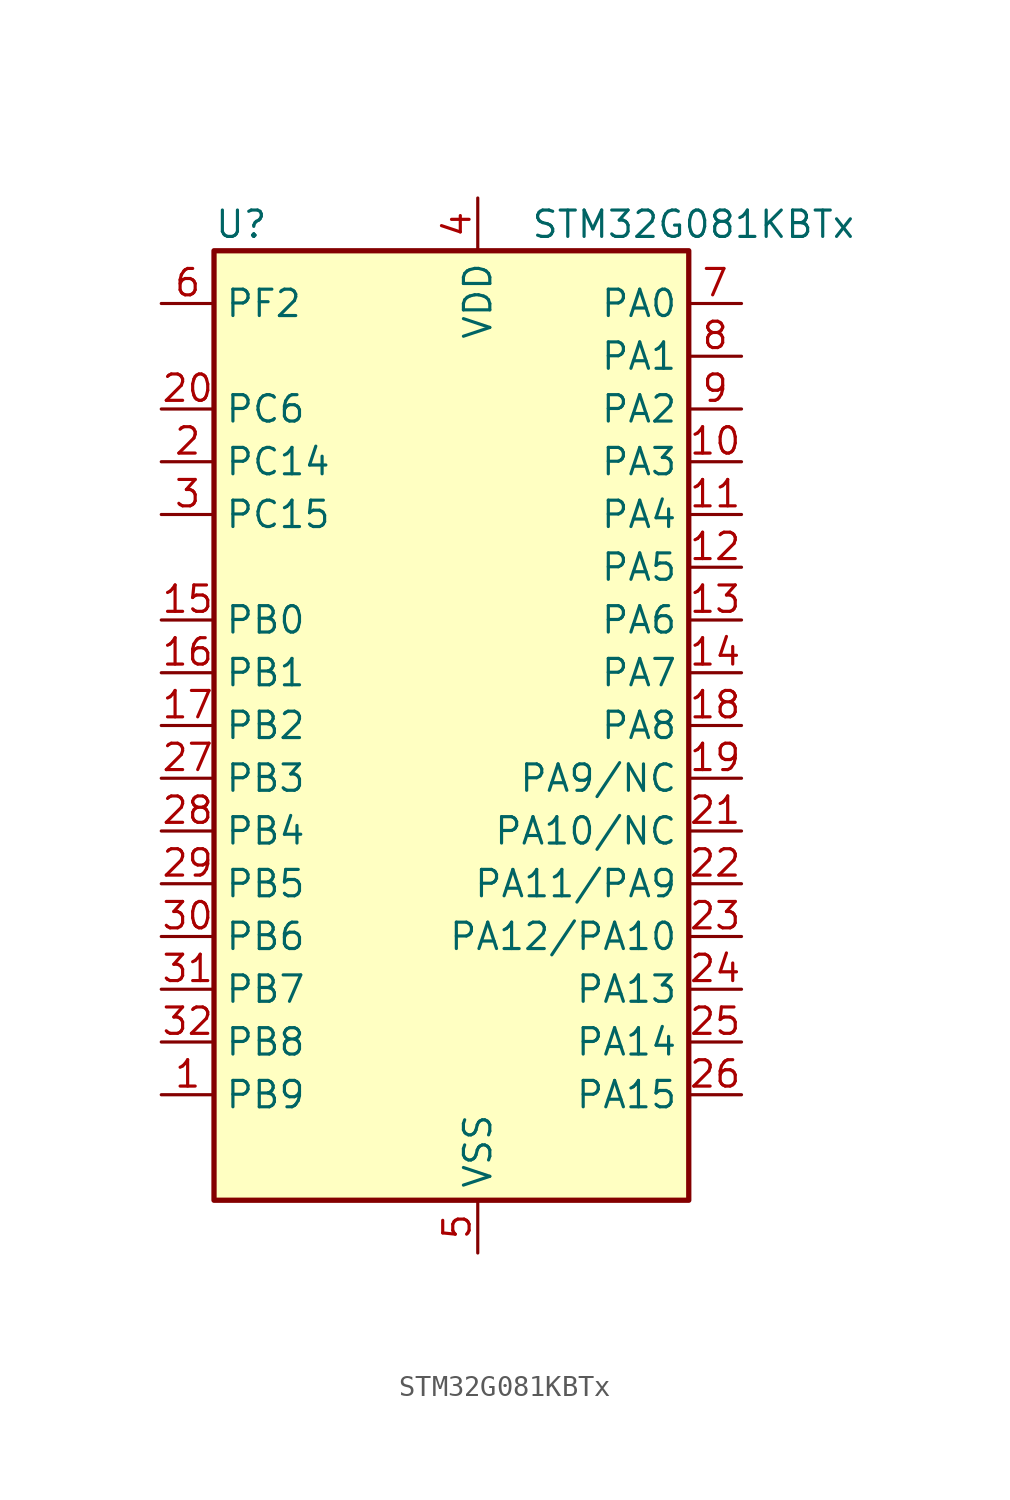
<source format=kicad_sym>
(kicad_symbol_lib
  (version 20211014)
  (generator kicad-library-utils)
  (symbol "STM32G081KBTx"
    (property "Reference" "U"
      (at -10.16 24.13 0)
      (effects (font (size 1.27 1.27)) (justify left)))
    (property "Value" "STM32G081KBTx"
      (at 5.08 24.13 0)
      (effects (font (size 1.27 1.27)) (justify left)))
    (property "ki_fp_filters" "LQFP*7x7mm*P0.8mm*"
      (at 0.0 0.0 0.0)
      (effects (font (size 1.27 1.27))))
    (symbol "STM32G081KBTx_0_1"
      (rectangle (start -10.16 -22.86) (end 12.7 22.86) (stroke (width 0.254)) (fill (type background))))
    (symbol "STM32G081KBTx_1_1"
      (pin bidirectional line (at -12.7 20.32 0) (length 2.54) (name "PF2" (effects (font (size 1.27 1.27)))) (number "6" (effects (font (size 1.27 1.27)))) (alternate "RCC_MCO" bidirectional line))
      (pin bidirectional line (at -12.7 15.24 0) (length 2.54) (name "PC6" (effects (font (size 1.27 1.27)))) (number "20" (effects (font (size 1.27 1.27)))) (alternate "TIM2_CH3" bidirectional line) (alternate "TIM3_CH1" bidirectional line) (alternate "UCPD1_FRSTX1" bidirectional line) (alternate "UCPD1_FRSTX2" bidirectional line))
      (pin bidirectional line (at -12.7 12.7 0) (length 2.54) (name "PC14" (effects (font (size 1.27 1.27)))) (number "2" (effects (font (size 1.27 1.27)))) (alternate "RCC_OSC32_IN" bidirectional line) (alternate "RCC_OSC_IN" bidirectional line) (alternate "TIM1_BK2" bidirectional line))
      (pin bidirectional line (at -12.7 10.16 0) (length 2.54) (name "PC15" (effects (font (size 1.27 1.27)))) (number "3" (effects (font (size 1.27 1.27)))) (alternate "RCC_OSC32_EN" bidirectional line) (alternate "RCC_OSC32_OUT" bidirectional line) (alternate "RCC_OSC_EN" bidirectional line) (alternate "TIM15_BK" bidirectional line))
      (pin bidirectional line (at -12.7 5.08 0) (length 2.54) (name "PB0" (effects (font (size 1.27 1.27)))) (number "15" (effects (font (size 1.27 1.27)))) (alternate "ADC1_IN8" bidirectional line) (alternate "COMP1_OUT" bidirectional line) (alternate "I2S1_WS" bidirectional line) (alternate "LPTIM1_OUT" bidirectional line) (alternate "SPI1_NSS" bidirectional line) (alternate "TIM1_CH2N" bidirectional line) (alternate "TIM3_CH3" bidirectional line) (alternate "UCPD1_FRSTX1" bidirectional line) (alternate "UCPD1_FRSTX2" bidirectional line) (alternate "USART3_RX" bidirectional line))
      (pin bidirectional line (at -12.7 2.54 0) (length 2.54) (name "PB1" (effects (font (size 1.27 1.27)))) (number "16" (effects (font (size 1.27 1.27)))) (alternate "ADC1_IN9" bidirectional line) (alternate "COMP1_INM" bidirectional line) (alternate "LPTIM2_IN1" bidirectional line) (alternate "LPUART1_DE" bidirectional line) (alternate "LPUART1_RTS" bidirectional line) (alternate "TIM14_CH1" bidirectional line) (alternate "TIM1_CH3N" bidirectional line) (alternate "TIM3_CH4" bidirectional line) (alternate "USART3_CK" bidirectional line) (alternate "USART3_DE" bidirectional line) (alternate "USART3_RTS" bidirectional line))
      (pin bidirectional line (at -12.7 0.0 0) (length 2.54) (name "PB2" (effects (font (size 1.27 1.27)))) (number "17" (effects (font (size 1.27 1.27)))) (alternate "ADC1_IN10" bidirectional line) (alternate "COMP1_INP" bidirectional line) (alternate "LPTIM1_OUT" bidirectional line) (alternate "SPI2_MISO" bidirectional line) (alternate "USART3_TX" bidirectional line))
      (pin bidirectional line (at -12.7 -2.54 0) (length 2.54) (name "PB3" (effects (font (size 1.27 1.27)))) (number "27" (effects (font (size 1.27 1.27)))) (alternate "COMP2_INM" bidirectional line) (alternate "I2S1_CK" bidirectional line) (alternate "SPI1_SCK" bidirectional line) (alternate "TIM1_CH2" bidirectional line) (alternate "TIM2_CH2" bidirectional line) (alternate "USART1_CK" bidirectional line) (alternate "USART1_DE" bidirectional line) (alternate "USART1_RTS" bidirectional line))
      (pin bidirectional line (at -12.7 -5.08 0) (length 2.54) (name "PB4" (effects (font (size 1.27 1.27)))) (number "28" (effects (font (size 1.27 1.27)))) (alternate "COMP2_INP" bidirectional line) (alternate "I2S1_MCK" bidirectional line) (alternate "SPI1_MISO" bidirectional line) (alternate "TIM17_BK" bidirectional line) (alternate "TIM3_CH1" bidirectional line) (alternate "USART1_CTS" bidirectional line) (alternate "USART1_NSS" bidirectional line))
      (pin bidirectional line (at -12.7 -7.62 0) (length 2.54) (name "PB5" (effects (font (size 1.27 1.27)))) (number "29" (effects (font (size 1.27 1.27)))) (alternate "COMP2_OUT" bidirectional line) (alternate "I2C1_SMBA" bidirectional line) (alternate "I2S1_SD" bidirectional line) (alternate "LPTIM1_IN1" bidirectional line) (alternate "SPI1_MOSI" bidirectional line) (alternate "SYS_WKUP6" bidirectional line) (alternate "TIM16_BK" bidirectional line) (alternate "TIM3_CH2" bidirectional line))
      (pin bidirectional line (at -12.7 -10.16 0) (length 2.54) (name "PB6" (effects (font (size 1.27 1.27)))) (number "30" (effects (font (size 1.27 1.27)))) (alternate "COMP2_INP" bidirectional line) (alternate "I2C1_SCL" bidirectional line) (alternate "LPTIM1_ETR" bidirectional line) (alternate "SPI2_MISO" bidirectional line) (alternate "TIM16_CH1N" bidirectional line) (alternate "TIM1_CH3" bidirectional line) (alternate "USART1_TX" bidirectional line))
      (pin bidirectional line (at -12.7 -12.7 0) (length 2.54) (name "PB7" (effects (font (size 1.27 1.27)))) (number "31" (effects (font (size 1.27 1.27)))) (alternate "COMP2_INM" bidirectional line) (alternate "I2C1_SDA" bidirectional line) (alternate "LPTIM1_IN2" bidirectional line) (alternate "SPI2_MOSI" bidirectional line) (alternate "SYS_PVD_IN" bidirectional line) (alternate "TIM17_CH1N" bidirectional line) (alternate "USART1_RX" bidirectional line) (alternate "USART4_CTS" bidirectional line) (alternate "USART4_NSS" bidirectional line))
      (pin bidirectional line (at -12.7 -15.24 0) (length 2.54) (name "PB8" (effects (font (size 1.27 1.27)))) (number "32" (effects (font (size 1.27 1.27)))) (alternate "CEC" bidirectional line) (alternate "I2C1_SCL" bidirectional line) (alternate "SPI2_SCK" bidirectional line) (alternate "TIM15_BK" bidirectional line) (alternate "TIM16_CH1" bidirectional line) (alternate "USART3_TX" bidirectional line))
      (pin bidirectional line (at -12.7 -17.78 0) (length 2.54) (name "PB9" (effects (font (size 1.27 1.27)))) (number "1" (effects (font (size 1.27 1.27)))) (alternate "DAC1_EXTI9" bidirectional line) (alternate "I2C1_SDA" bidirectional line) (alternate "IR_OUT" bidirectional line) (alternate "SPI2_NSS" bidirectional line) (alternate "TIM17_CH1" bidirectional line) (alternate "USART3_RX" bidirectional line))
      (pin bidirectional line (at 15.24 20.32 180) (length 2.54) (name "PA0" (effects (font (size 1.27 1.27)))) (number "7" (effects (font (size 1.27 1.27)))) (alternate "ADC1_IN0" bidirectional line) (alternate "COMP1_INM" bidirectional line) (alternate "COMP1_OUT" bidirectional line) (alternate "LPTIM1_OUT" bidirectional line) (alternate "RTC_TAMP_IN2" bidirectional line) (alternate "SPI2_SCK" bidirectional line) (alternate "SYS_WKUP1" bidirectional line) (alternate "TIM2_CH1" bidirectional line) (alternate "TIM2_ETR" bidirectional line) (alternate "USART2_CTS" bidirectional line) (alternate "USART2_NSS" bidirectional line) (alternate "USART4_TX" bidirectional line))
      (pin bidirectional line (at 15.24 17.78 180) (length 2.54) (name "PA1" (effects (font (size 1.27 1.27)))) (number "8" (effects (font (size 1.27 1.27)))) (alternate "ADC1_IN1" bidirectional line) (alternate "COMP1_INP" bidirectional line) (alternate "I2C1_SMBA" bidirectional line) (alternate "I2S1_CK" bidirectional line) (alternate "SPI1_SCK" bidirectional line) (alternate "TIM15_CH1N" bidirectional line) (alternate "TIM2_CH2" bidirectional line) (alternate "USART2_CK" bidirectional line) (alternate "USART2_DE" bidirectional line) (alternate "USART2_RTS" bidirectional line) (alternate "USART4_RX" bidirectional line))
      (pin bidirectional line (at 15.24 15.24 180) (length 2.54) (name "PA2" (effects (font (size 1.27 1.27)))) (number "9" (effects (font (size 1.27 1.27)))) (alternate "ADC1_IN2" bidirectional line) (alternate "COMP2_INM" bidirectional line) (alternate "COMP2_OUT" bidirectional line) (alternate "I2S1_SD" bidirectional line) (alternate "LPUART1_TX" bidirectional line) (alternate "RCC_LSCO" bidirectional line) (alternate "SPI1_MOSI" bidirectional line) (alternate "SYS_WKUP4" bidirectional line) (alternate "TIM15_CH1" bidirectional line) (alternate "TIM2_CH3" bidirectional line) (alternate "UCPD1_FRSTX1" bidirectional line) (alternate "UCPD1_FRSTX2" bidirectional line) (alternate "USART2_TX" bidirectional line))
      (pin bidirectional line (at 15.24 12.7 180) (length 2.54) (name "PA3" (effects (font (size 1.27 1.27)))) (number "10" (effects (font (size 1.27 1.27)))) (alternate "ADC1_IN3" bidirectional line) (alternate "COMP2_INP" bidirectional line) (alternate "LPUART1_RX" bidirectional line) (alternate "SPI2_MISO" bidirectional line) (alternate "TIM15_CH2" bidirectional line) (alternate "TIM2_CH4" bidirectional line) (alternate "USART2_RX" bidirectional line))
      (pin bidirectional line (at 15.24 10.16 180) (length 2.54) (name "PA4" (effects (font (size 1.27 1.27)))) (number "11" (effects (font (size 1.27 1.27)))) (alternate "ADC1_IN4" bidirectional line) (alternate "DAC1_OUT1" bidirectional line) (alternate "I2S1_WS" bidirectional line) (alternate "LPTIM2_OUT" bidirectional line) (alternate "RTC_OUT_ALARM" bidirectional line) (alternate "RTC_OUT_CALIB" bidirectional line) (alternate "RTC_TAMP_IN1" bidirectional line) (alternate "RTC_TS" bidirectional line) (alternate "SPI1_NSS" bidirectional line) (alternate "SPI2_MOSI" bidirectional line) (alternate "SYS_WKUP2" bidirectional line) (alternate "TIM14_CH1" bidirectional line))
      (pin bidirectional line (at 15.24 7.62 180) (length 2.54) (name "PA5" (effects (font (size 1.27 1.27)))) (number "12" (effects (font (size 1.27 1.27)))) (alternate "ADC1_IN5" bidirectional line) (alternate "CEC" bidirectional line) (alternate "DAC1_OUT2" bidirectional line) (alternate "I2S1_CK" bidirectional line) (alternate "LPTIM2_ETR" bidirectional line) (alternate "SPI1_SCK" bidirectional line) (alternate "TIM2_CH1" bidirectional line) (alternate "TIM2_ETR" bidirectional line) (alternate "UCPD1_FRSTX1" bidirectional line) (alternate "UCPD1_FRSTX2" bidirectional line) (alternate "USART3_TX" bidirectional line))
      (pin bidirectional line (at 15.24 5.08 180) (length 2.54) (name "PA6" (effects (font (size 1.27 1.27)))) (number "13" (effects (font (size 1.27 1.27)))) (alternate "ADC1_IN6" bidirectional line) (alternate "COMP1_OUT" bidirectional line) (alternate "I2S1_MCK" bidirectional line) (alternate "LPUART1_CTS" bidirectional line) (alternate "SPI1_MISO" bidirectional line) (alternate "TIM16_CH1" bidirectional line) (alternate "TIM1_BK" bidirectional line) (alternate "TIM3_CH1" bidirectional line) (alternate "USART3_CTS" bidirectional line) (alternate "USART3_NSS" bidirectional line))
      (pin bidirectional line (at 15.24 2.54 180) (length 2.54) (name "PA7" (effects (font (size 1.27 1.27)))) (number "14" (effects (font (size 1.27 1.27)))) (alternate "ADC1_IN7" bidirectional line) (alternate "COMP2_OUT" bidirectional line) (alternate "I2S1_SD" bidirectional line) (alternate "SPI1_MOSI" bidirectional line) (alternate "TIM14_CH1" bidirectional line) (alternate "TIM17_CH1" bidirectional line) (alternate "TIM1_CH1N" bidirectional line) (alternate "TIM3_CH2" bidirectional line) (alternate "UCPD1_FRSTX1" bidirectional line) (alternate "UCPD1_FRSTX2" bidirectional line))
      (pin bidirectional line (at 15.24 0.0 180) (length 2.54) (name "PA8" (effects (font (size 1.27 1.27)))) (number "18" (effects (font (size 1.27 1.27)))) (alternate "LPTIM2_OUT" bidirectional line) (alternate "RCC_MCO" bidirectional line) (alternate "SPI2_NSS" bidirectional line) (alternate "TIM1_CH1" bidirectional line) (alternate "UCPD1_CC1" bidirectional line))
      (pin bidirectional line (at 15.24 -2.54 180) (length 2.54) (name "PA9/NC" (effects (font (size 1.27 1.27)))) (number "19" (effects (font (size 1.27 1.27)))) (alternate "DAC1_EXTI9" bidirectional line) (alternate "I2C1_SCL" bidirectional line) (alternate "RCC_MCO" bidirectional line) (alternate "SPI2_MISO" bidirectional line) (alternate "TIM15_BK" bidirectional line) (alternate "TIM1_CH2" bidirectional line) (alternate "UCPD1_DBCC1" bidirectional line) (alternate "USART1_TX" bidirectional line))
      (pin bidirectional line (at 15.24 -5.08 180) (length 2.54) (name "PA10/NC" (effects (font (size 1.27 1.27)))) (number "21" (effects (font (size 1.27 1.27)))) (alternate "I2C1_SDA" bidirectional line) (alternate "SPI2_MOSI" bidirectional line) (alternate "TIM17_BK" bidirectional line) (alternate "TIM1_CH3" bidirectional line) (alternate "UCPD1_DBCC2" bidirectional line) (alternate "USART1_RX" bidirectional line))
      (pin bidirectional line (at 15.24 -7.62 180) (length 2.54) (name "PA11/PA9" (effects (font (size 1.27 1.27)))) (number "22" (effects (font (size 1.27 1.27)))) (alternate "ADC1_EXTI11" bidirectional line) (alternate "COMP1_OUT" bidirectional line) (alternate "I2C2_SCL" bidirectional line) (alternate "I2S1_MCK" bidirectional line) (alternate "SPI1_MISO" bidirectional line) (alternate "TIM1_BK2" bidirectional line) (alternate "TIM1_CH4" bidirectional line) (alternate "USART1_CTS" bidirectional line) (alternate "USART1_NSS" bidirectional line))
      (pin bidirectional line (at 15.24 -10.16 180) (length 2.54) (name "PA12/PA10" (effects (font (size 1.27 1.27)))) (number "23" (effects (font (size 1.27 1.27)))) (alternate "COMP2_OUT" bidirectional line) (alternate "I2C2_SDA" bidirectional line) (alternate "I2S1_SD" bidirectional line) (alternate "I2S_CKIN" bidirectional line) (alternate "SPI1_MOSI" bidirectional line) (alternate "TIM1_ETR" bidirectional line) (alternate "USART1_CK" bidirectional line) (alternate "USART1_DE" bidirectional line) (alternate "USART1_RTS" bidirectional line))
      (pin bidirectional line (at 15.24 -12.7 180) (length 2.54) (name "PA13" (effects (font (size 1.27 1.27)))) (number "24" (effects (font (size 1.27 1.27)))) (alternate "IR_OUT" bidirectional line) (alternate "SYS_SWDIO" bidirectional line))
      (pin bidirectional line (at 15.24 -15.24 180) (length 2.54) (name "PA14" (effects (font (size 1.27 1.27)))) (number "25" (effects (font (size 1.27 1.27)))) (alternate "SYS_SWCLK" bidirectional line) (alternate "USART2_TX" bidirectional line))
      (pin bidirectional line (at 15.24 -17.78 180) (length 2.54) (name "PA15" (effects (font (size 1.27 1.27)))) (number "26" (effects (font (size 1.27 1.27)))) (alternate "I2S1_WS" bidirectional line) (alternate "SPI1_NSS" bidirectional line) (alternate "TIM2_CH1" bidirectional line) (alternate "TIM2_ETR" bidirectional line) (alternate "USART2_RX" bidirectional line) (alternate "USART3_CK" bidirectional line) (alternate "USART3_DE" bidirectional line) (alternate "USART3_RTS" bidirectional line) (alternate "USART4_CK" bidirectional line) (alternate "USART4_DE" bidirectional line) (alternate "USART4_RTS" bidirectional line))
      (pin power_in line (at 2.54 25.4 270) (length 2.54) (name "VDD" (effects (font (size 1.27 1.27)))) (number "4" (effects (font (size 1.27 1.27)))))
      (pin power_in line (at 2.54 -25.4 90) (length 2.54) (name "VSS" (effects (font (size 1.27 1.27)))) (number "5" (effects (font (size 1.27 1.27))))))))
</source>
